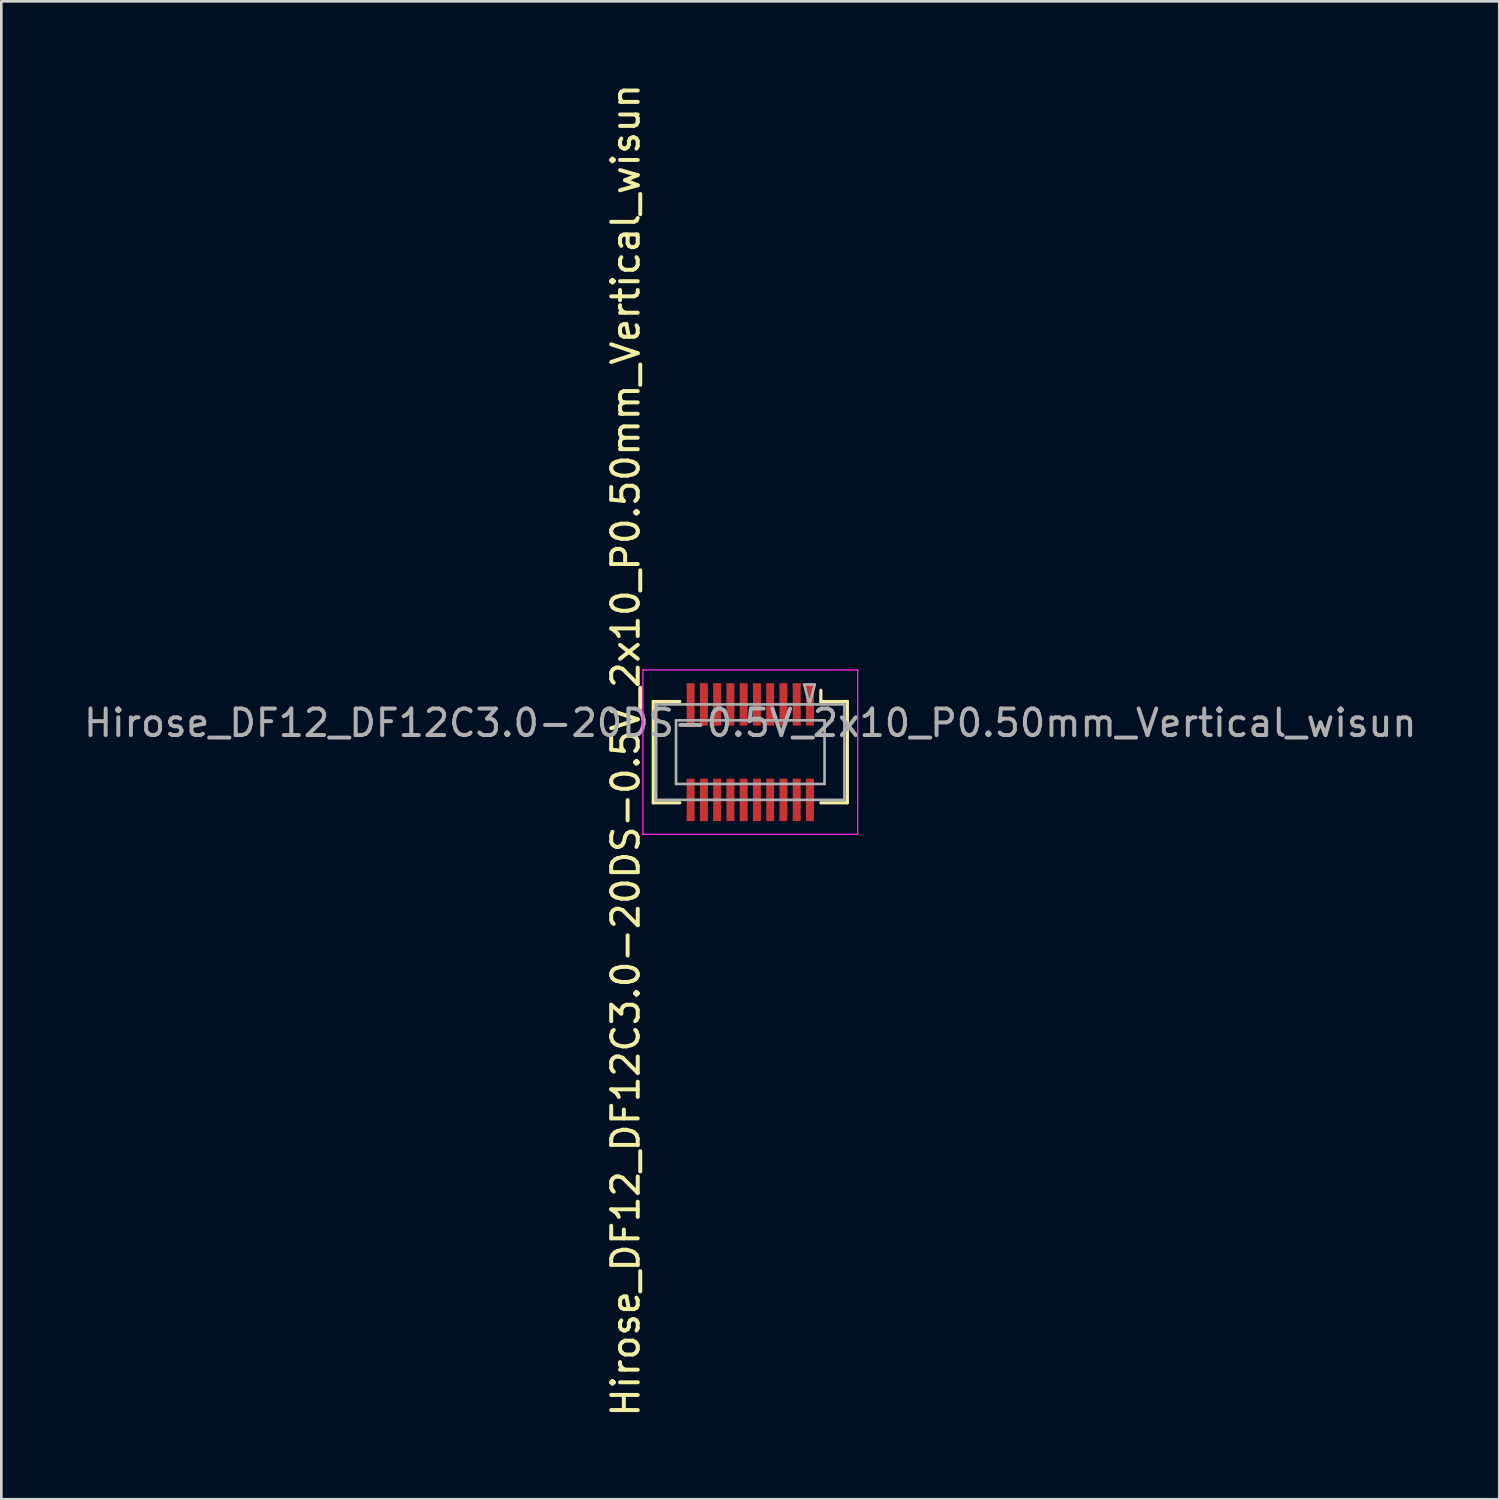
<source format=kicad_pcb>
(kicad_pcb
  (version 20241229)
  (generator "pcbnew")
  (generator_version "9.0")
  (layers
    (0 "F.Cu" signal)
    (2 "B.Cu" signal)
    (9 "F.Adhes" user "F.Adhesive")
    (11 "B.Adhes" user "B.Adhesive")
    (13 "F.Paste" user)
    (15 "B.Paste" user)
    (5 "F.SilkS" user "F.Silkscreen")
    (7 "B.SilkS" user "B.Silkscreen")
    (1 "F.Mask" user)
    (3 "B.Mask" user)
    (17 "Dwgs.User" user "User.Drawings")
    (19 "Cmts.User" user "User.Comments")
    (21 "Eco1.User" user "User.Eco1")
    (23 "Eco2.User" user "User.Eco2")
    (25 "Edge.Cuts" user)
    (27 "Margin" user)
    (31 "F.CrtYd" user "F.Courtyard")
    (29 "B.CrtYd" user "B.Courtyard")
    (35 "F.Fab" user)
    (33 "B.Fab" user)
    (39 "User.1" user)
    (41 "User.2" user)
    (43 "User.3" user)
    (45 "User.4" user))
  (footprint "Hirose_DF12_DF12C3.0-20DS-0.5V_2x10_P0.50mm_Vertical_wisun"
    (layer "F.Cu")
    (at 25.244 25.314)
    (property "Reference" "Hirose_DF12_DF12C3.0-20DS-0.5V_2x10_P0.50mm_Vertical_wisun" (at -4.7 -0.07 90) (layer "F.SilkS") (effects (font (size 1 1) (thickness 0.15))))
    (attr smd)
    (fp_line (start -3.66 -1.91) (end -2.66 -1.91) (stroke (width 0.12) (type solid)) (layer "F.SilkS"))
    (fp_line (start -3.66 1.91) (end -3.66 -1.91) (stroke (width 0.12) (type solid)) (layer "F.SilkS"))
    (fp_line (start -2.66 1.91) (end -3.66 1.91) (stroke (width 0.12) (type solid)) (layer "F.SilkS"))
    (fp_line (start 2.66 -1.91) (end 2.66 -2.333) (stroke (width 0.12) (type solid)) (layer "F.SilkS"))
    (fp_line (start 2.66 1.91) (end 3.66 1.91) (stroke (width 0.12) (type solid)) (layer "F.SilkS"))
    (fp_line (start 3.66 -1.91) (end 2.66 -1.91) (stroke (width 0.12) (type solid)) (layer "F.SilkS"))
    (fp_line (start 3.66 1.91) (end 3.66 -1.91) (stroke (width 0.12) (type solid)) (layer "F.SilkS"))
    (fp_line (start -4.05 -3.1) (end -4.05 3.1) (stroke (width 0.05) (type solid)) (layer "F.CrtYd"))
    (fp_line (start -4.05 3.1) (end 4.05 3.1) (stroke (width 0.05) (type solid)) (layer "F.CrtYd"))
    (fp_line (start 4.05 -3.1) (end -4.05 -3.1) (stroke (width 0.05) (type solid)) (layer "F.CrtYd"))
    (fp_line (start 4.05 3.1) (end 4.05 -3.1) (stroke (width 0.05) (type solid)) (layer "F.CrtYd"))
    (fp_line (start -3.55 -1.8) (end 3.55 -1.8) (stroke (width 0.1) (type solid)) (layer "F.Fab"))
    (fp_line (start -3.55 1.8) (end -3.55 -1.8) (stroke (width 0.1) (type solid)) (layer "F.Fab"))
    (fp_line (start -2.8 -1.2) (end 2.8 -1.2) (stroke (width 0.1) (type solid)) (layer "F.Fab"))
    (fp_line (start -2.8 1.2) (end -2.8 -1.2) (stroke (width 0.1) (type solid)) (layer "F.Fab"))
    (fp_line (start 2.032 -2.55) (end 2.232 -1.8) (stroke (width 0.1) (type solid)) (layer "F.Fab"))
    (fp_line (start 2.232 -1.8) (end 2.432 -2.55) (stroke (width 0.1) (type solid)) (layer "F.Fab"))
    (fp_line (start 2.432 -2.55) (end 2.032 -2.55) (stroke (width 0.1) (type solid)) (layer "F.Fab"))
    (fp_line (start 2.8 -1.2) (end 2.8 1.2) (stroke (width 0.1) (type solid)) (layer "F.Fab"))
    (fp_line (start 2.8 1.2) (end -2.8 1.2) (stroke (width 0.1) (type solid)) (layer "F.Fab"))
    (fp_line (start 3.55 -1.8) (end 3.55 1.8) (stroke (width 0.1) (type solid)) (layer "F.Fab"))
    (fp_line (start 3.55 1.8) (end -3.55 1.8) (stroke (width 0.1) (type solid)) (layer "F.Fab"))
    (fp_text user "${REFERENCE}" (at 0 -1.1 180) (layer "F.Fab") (effects (font (size 1 1) (thickness 0.15))))
    (pad "" smd rect (at -2.25 -2) (size 0.28 1.2) (layers "F.Paste"))
    (pad "" smd rect (at -2.25 2) (size 0.28 1.2) (layers "F.Paste"))
    (pad "" smd rect (at -1.75 -2) (size 0.28 1.2) (layers "F.Paste"))
    (pad "" smd rect (at -1.75 2) (size 0.28 1.2) (layers "F.Paste"))
    (pad "" smd rect (at -1.25 -2) (size 0.28 1.2) (layers "F.Paste"))
    (pad "" smd rect (at -1.25 2) (size 0.28 1.2) (layers "F.Paste"))
    (pad "" smd rect (at -0.75 -2) (size 0.28 1.2) (layers "F.Paste"))
    (pad "" smd rect (at -0.75 2) (size 0.28 1.2) (layers "F.Paste"))
    (pad "" smd rect (at -0.25 -2) (size 0.28 1.2) (layers "F.Paste"))
    (pad "" smd rect (at -0.25 2) (size 0.28 1.2) (layers "F.Paste"))
    (pad "" smd rect (at 0.25 -2) (size 0.28 1.2) (layers "F.Paste"))
    (pad "" smd rect (at 0.25 2) (size 0.28 1.2) (layers "F.Paste"))
    (pad "" smd rect (at 0.75 -2) (size 0.28 1.2) (layers "F.Paste"))
    (pad "" smd rect (at 0.75 2) (size 0.28 1.2) (layers "F.Paste"))
    (pad "" smd rect (at 1.25 -2) (size 0.28 1.2) (layers "F.Paste"))
    (pad "" smd rect (at 1.25 2) (size 0.28 1.2) (layers "F.Paste"))
    (pad "" smd rect (at 1.75 -2) (size 0.28 1.2) (layers "F.Paste"))
    (pad "" smd rect (at 1.75 2) (size 0.28 1.2) (layers "F.Paste"))
    (pad "" smd rect (at 2.25 -2) (size 0.28 1.2) (layers "F.Paste"))
    (pad "" smd rect (at 2.25 2) (size 0.28 1.2) (layers "F.Paste"))
    (pad "1" smd rect (at 2.25 -1.8) (size 0.3 1.6) (layers "F.Cu" "F.Mask"))
    (pad "2" smd rect (at 2.25 1.8) (size 0.3 1.6) (layers "F.Cu" "F.Mask"))
    (pad "3" smd rect (at 1.75 -1.8) (size 0.3 1.6) (layers "F.Cu" "F.Mask"))
    (pad "4" smd rect (at 1.75 1.8) (size 0.3 1.6) (layers "F.Cu" "F.Mask"))
    (pad "5" smd rect (at 1.25 -1.8) (size 0.3 1.6) (layers "F.Cu" "F.Mask"))
    (pad "6" smd rect (at 1.25 1.8) (size 0.3 1.6) (layers "F.Cu" "F.Mask"))
    (pad "7" smd rect (at 0.75 -1.8) (size 0.3 1.6) (layers "F.Cu" "F.Mask"))
    (pad "8" smd rect (at 0.75 1.8) (size 0.3 1.6) (layers "F.Cu" "F.Mask"))
    (pad "9" smd rect (at 0.25 -1.8) (size 0.3 1.6) (layers "F.Cu" "F.Mask"))
    (pad "10" smd rect (at 0.25 1.8) (size 0.3 1.6) (layers "F.Cu" "F.Mask"))
    (pad "11" smd rect (at -0.25 -1.8) (size 0.3 1.6) (layers "F.Cu" "F.Mask"))
    (pad "12" smd rect (at -0.25 1.8) (size 0.3 1.6) (layers "F.Cu" "F.Mask"))
    (pad "13" smd rect (at -0.75 -1.8) (size 0.3 1.6) (layers "F.Cu" "F.Mask"))
    (pad "14" smd rect (at -0.75 1.8) (size 0.3 1.6) (layers "F.Cu" "F.Mask"))
    (pad "15" smd rect (at -1.25 -1.8) (size 0.3 1.6) (layers "F.Cu" "F.Mask"))
    (pad "16" smd rect (at -1.25 1.8) (size 0.3 1.6) (layers "F.Cu" "F.Mask"))
    (pad "17" smd rect (at -1.75 -1.8) (size 0.3 1.6) (layers "F.Cu" "F.Mask"))
    (pad "18" smd rect (at -1.75 1.8) (size 0.3 1.6) (layers "F.Cu" "F.Mask"))
    (pad "19" smd rect (at -2.25 -1.8) (size 0.3 1.6) (layers "F.Cu" "F.Mask"))
    (pad "20" smd rect (at -2.25 1.8) (size 0.3 1.6) (layers "F.Cu" "F.Mask")))
  (gr_rect
    (start -3 -3)
    (end 53.488 53.488)
    (stroke (width 0.1) (type default))
    (fill no)
    (layer "Edge.Cuts")))
</source>
